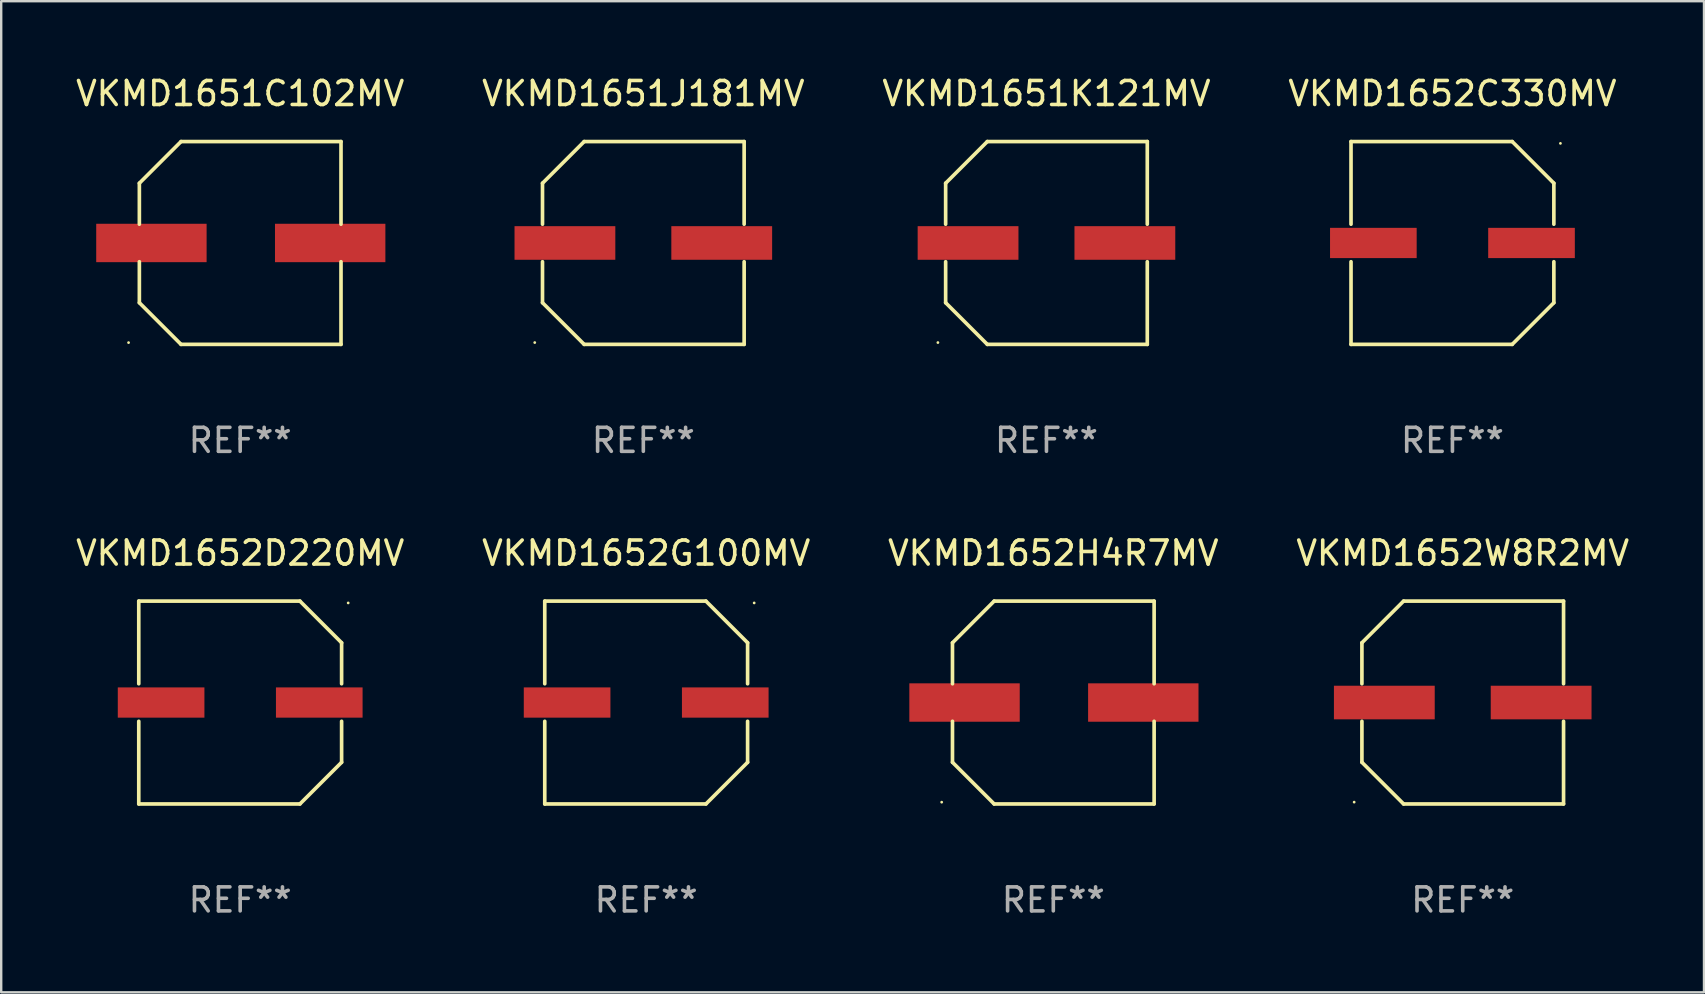
<source format=kicad_pcb>
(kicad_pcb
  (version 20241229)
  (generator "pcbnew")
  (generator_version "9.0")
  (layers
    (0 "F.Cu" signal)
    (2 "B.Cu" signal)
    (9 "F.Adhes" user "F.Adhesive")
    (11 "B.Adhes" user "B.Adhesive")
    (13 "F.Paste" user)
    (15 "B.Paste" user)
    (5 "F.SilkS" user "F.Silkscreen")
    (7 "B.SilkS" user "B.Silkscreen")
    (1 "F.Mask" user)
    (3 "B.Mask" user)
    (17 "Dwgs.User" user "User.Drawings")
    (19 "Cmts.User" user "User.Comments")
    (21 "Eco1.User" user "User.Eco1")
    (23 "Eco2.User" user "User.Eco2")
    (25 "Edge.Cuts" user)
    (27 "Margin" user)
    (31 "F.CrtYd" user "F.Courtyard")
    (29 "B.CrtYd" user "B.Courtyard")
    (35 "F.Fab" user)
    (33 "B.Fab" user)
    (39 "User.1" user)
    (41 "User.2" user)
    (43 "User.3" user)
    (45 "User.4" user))
  (footprint "VKMD1652D220MV"
    (layer "F.Cu")
    (at 6.958 26.223)
    (property "Reference" "VKMD1652D220MV" (at 0 -6.226 0) (layer "F.SilkS") (effects (font (size 1 1) (thickness 0.15))))
    (attr through_hole)
    (fp_line (start -4.226 -4.226) (end 2.49 -4.226) (stroke (width 0.152) (type solid)) (layer "F.SilkS"))
    (fp_line (start -4.226 -0.782) (end -4.226 -4.226) (stroke (width 0.152) (type solid)) (layer "F.SilkS"))
    (fp_line (start -4.226 0.782) (end -4.226 4.226) (stroke (width 0.152) (type solid)) (layer "F.SilkS"))
    (fp_line (start -4.226 4.226) (end 2.49 4.226) (stroke (width 0.152) (type solid)) (layer "F.SilkS"))
    (fp_line (start 2.49 -4.226) (end 4.226 -2.49) (stroke (width 0.152) (type solid)) (layer "F.SilkS"))
    (fp_line (start 2.49 4.226) (end 4.226 2.49) (stroke (width 0.152) (type solid)) (layer "F.SilkS"))
    (fp_line (start 4.226 -2.49) (end 4.226 -0.782) (stroke (width 0.152) (type solid)) (layer "F.SilkS"))
    (fp_line (start 4.226 2.49) (end 4.226 0.782) (stroke (width 0.152) (type solid)) (layer "F.SilkS"))
    (fp_circle (center 4.5 -4.15) (end 4.53 -4.15) (stroke (width 0.06) (type solid)) (fill no) (layer "F.SilkS"))
    (fp_text user "REF**" (at 0 8.226 0) (layer "F.Fab") (effects (font (size 1 1) (thickness 0.15))))
    (pad "1" smd rect (at 3.295 0 180) (size 3.61 1.26) (layers "F.Cu" "F.Mask" "F.Paste"))
    (pad "2" smd rect (at -3.295 0 180) (size 3.61 1.26) (layers "F.Cu" "F.Mask" "F.Paste")))
  (footprint "VKMD1651J181MV"
    (layer "F.Cu")
    (at 23.756 7.074)
    (property "Reference" "VKMD1651J181MV" (at 0 -6.226 0) (layer "F.SilkS") (effects (font (size 1 1) (thickness 0.15))))
    (attr through_hole)
    (fp_line (start -4.201 -2.49) (end -4.201 -0.782) (stroke (width 0.152) (type solid)) (layer "F.SilkS"))
    (fp_line (start -4.201 2.49) (end -4.201 0.782) (stroke (width 0.152) (type solid)) (layer "F.SilkS"))
    (fp_line (start -2.465 -4.226) (end -4.201 -2.49) (stroke (width 0.152) (type solid)) (layer "F.SilkS"))
    (fp_line (start -2.465 4.226) (end -4.201 2.49) (stroke (width 0.152) (type solid)) (layer "F.SilkS"))
    (fp_line (start 4.201 -4.226) (end -2.465 -4.226) (stroke (width 0.152) (type solid)) (layer "F.SilkS"))
    (fp_line (start 4.201 -0.782) (end 4.201 -4.226) (stroke (width 0.152) (type solid)) (layer "F.SilkS"))
    (fp_line (start 4.201 0.782) (end 4.201 4.226) (stroke (width 0.152) (type solid)) (layer "F.SilkS"))
    (fp_line (start 4.201 4.226) (end -2.465 4.226) (stroke (width 0.152) (type solid)) (layer "F.SilkS"))
    (fp_circle (center -4.524 4.15) (end -4.494 4.15) (stroke (width 0.06) (type solid)) (fill no) (layer "F.SilkS"))
    (fp_text user "REF**" (at 0 8.226 0) (layer "F.Fab") (effects (font (size 1 1) (thickness 0.15))))
    (pad "1" smd rect (at -3.267 0) (size 4.2 1.4) (layers "F.Cu" "F.Mask" "F.Paste"))
    (pad "2" smd rect (at 3.267 0) (size 4.2 1.4) (layers "F.Cu" "F.Mask" "F.Paste")))
  (footprint "VKMD1651C102MV"
    (layer "F.Cu")
    (at 6.958 7.074)
    (property "Reference" "VKMD1651C102MV" (at 0 -6.226 0) (layer "F.SilkS") (effects (font (size 1 1) (thickness 0.15))))
    (attr through_hole)
    (fp_line (start -4.201 -2.49) (end -4.201 -0.782) (stroke (width 0.152) (type solid)) (layer "F.SilkS"))
    (fp_line (start -4.201 2.49) (end -4.201 0.782) (stroke (width 0.152) (type solid)) (layer "F.SilkS"))
    (fp_line (start -2.465 -4.226) (end -4.201 -2.49) (stroke (width 0.152) (type solid)) (layer "F.SilkS"))
    (fp_line (start -2.465 4.226) (end -4.201 2.49) (stroke (width 0.152) (type solid)) (layer "F.SilkS"))
    (fp_line (start 4.201 -4.226) (end -2.465 -4.226) (stroke (width 0.152) (type solid)) (layer "F.SilkS"))
    (fp_line (start 4.201 -0.782) (end 4.201 -4.226) (stroke (width 0.152) (type solid)) (layer "F.SilkS"))
    (fp_line (start 4.201 0.782) (end 4.201 4.226) (stroke (width 0.152) (type solid)) (layer "F.SilkS"))
    (fp_line (start 4.201 4.226) (end -2.465 4.226) (stroke (width 0.152) (type solid)) (layer "F.SilkS"))
    (fp_circle (center -4.651 4.152) (end -4.621 4.152) (stroke (width 0.06) (type solid)) (fill no) (layer "F.SilkS"))
    (fp_text user "REF**" (at 0 8.226 0) (layer "F.Fab") (effects (font (size 1 1) (thickness 0.15))))
    (pad "1" smd rect (at -3.699 0) (size 4.6 1.6) (layers "F.Cu" "F.Mask" "F.Paste"))
    (pad "2" smd rect (at 3.75 0) (size 4.6 1.6) (layers "F.Cu" "F.Mask" "F.Paste")))
  (footprint "VKMD1652H4R7MV"
    (layer "F.Cu")
    (at 40.839 26.223)
    (property "Reference" "VKMD1652H4R7MV" (at 0 -6.226 0) (layer "F.SilkS") (effects (font (size 1 1) (thickness 0.15))))
    (attr through_hole)
    (fp_line (start -4.201 -2.49) (end -4.201 -0.782) (stroke (width 0.152) (type solid)) (layer "F.SilkS"))
    (fp_line (start -4.201 2.49) (end -4.201 0.782) (stroke (width 0.152) (type solid)) (layer "F.SilkS"))
    (fp_line (start -2.465 -4.226) (end -4.201 -2.49) (stroke (width 0.152) (type solid)) (layer "F.SilkS"))
    (fp_line (start -2.465 4.226) (end -4.201 2.49) (stroke (width 0.152) (type solid)) (layer "F.SilkS"))
    (fp_line (start 4.201 -4.226) (end -2.465 -4.226) (stroke (width 0.152) (type solid)) (layer "F.SilkS"))
    (fp_line (start 4.201 -0.782) (end 4.201 -4.226) (stroke (width 0.152) (type solid)) (layer "F.SilkS"))
    (fp_line (start 4.201 0.782) (end 4.201 4.226) (stroke (width 0.152) (type solid)) (layer "F.SilkS"))
    (fp_line (start 4.201 4.226) (end -2.465 4.226) (stroke (width 0.152) (type solid)) (layer "F.SilkS"))
    (fp_circle (center -4.651 4.152) (end -4.621 4.152) (stroke (width 0.06) (type solid)) (fill no) (layer "F.SilkS"))
    (fp_text user "REF**" (at 0 8.226 0) (layer "F.Fab") (effects (font (size 1 1) (thickness 0.15))))
    (pad "1" smd rect (at -3.699 0) (size 4.6 1.6) (layers "F.Cu" "F.Mask" "F.Paste"))
    (pad "2" smd rect (at 3.75 0) (size 4.6 1.6) (layers "F.Cu" "F.Mask" "F.Paste")))
  (footprint "VKMD1651K121MV"
    (layer "F.Cu")
    (at 40.554 7.074)
    (property "Reference" "VKMD1651K121MV" (at 0 -6.226 0) (layer "F.SilkS") (effects (font (size 1 1) (thickness 0.15))))
    (attr through_hole)
    (fp_line (start -4.201 -2.49) (end -4.201 -0.782) (stroke (width 0.152) (type solid)) (layer "F.SilkS"))
    (fp_line (start -4.201 2.49) (end -4.201 0.782) (stroke (width 0.152) (type solid)) (layer "F.SilkS"))
    (fp_line (start -2.465 -4.226) (end -4.201 -2.49) (stroke (width 0.152) (type solid)) (layer "F.SilkS"))
    (fp_line (start -2.465 4.226) (end -4.201 2.49) (stroke (width 0.152) (type solid)) (layer "F.SilkS"))
    (fp_line (start 4.201 -4.226) (end -2.465 -4.226) (stroke (width 0.152) (type solid)) (layer "F.SilkS"))
    (fp_line (start 4.201 -0.782) (end 4.201 -4.226) (stroke (width 0.152) (type solid)) (layer "F.SilkS"))
    (fp_line (start 4.201 0.782) (end 4.201 4.226) (stroke (width 0.152) (type solid)) (layer "F.SilkS"))
    (fp_line (start 4.201 4.226) (end -2.465 4.226) (stroke (width 0.152) (type solid)) (layer "F.SilkS"))
    (fp_circle (center -4.524 4.15) (end -4.494 4.15) (stroke (width 0.06) (type solid)) (fill no) (layer "F.SilkS"))
    (fp_text user "REF**" (at 0 8.226 0) (layer "F.Fab") (effects (font (size 1 1) (thickness 0.15))))
    (pad "1" smd rect (at -3.267 0) (size 4.2 1.4) (layers "F.Cu" "F.Mask" "F.Paste"))
    (pad "2" smd rect (at 3.267 0) (size 4.2 1.4) (layers "F.Cu" "F.Mask" "F.Paste")))
  (footprint "VKMD1652G100MV"
    (layer "F.Cu")
    (at 23.875 26.223)
    (property "Reference" "VKMD1652G100MV" (at 0 -6.226 0) (layer "F.SilkS") (effects (font (size 1 1) (thickness 0.15))))
    (attr through_hole)
    (fp_line (start -4.226 -4.226) (end 2.49 -4.226) (stroke (width 0.152) (type solid)) (layer "F.SilkS"))
    (fp_line (start -4.226 -0.782) (end -4.226 -4.226) (stroke (width 0.152) (type solid)) (layer "F.SilkS"))
    (fp_line (start -4.226 0.782) (end -4.226 4.226) (stroke (width 0.152) (type solid)) (layer "F.SilkS"))
    (fp_line (start -4.226 4.226) (end 2.49 4.226) (stroke (width 0.152) (type solid)) (layer "F.SilkS"))
    (fp_line (start 2.49 -4.226) (end 4.226 -2.49) (stroke (width 0.152) (type solid)) (layer "F.SilkS"))
    (fp_line (start 2.49 4.226) (end 4.226 2.49) (stroke (width 0.152) (type solid)) (layer "F.SilkS"))
    (fp_line (start 4.226 -2.49) (end 4.226 -0.782) (stroke (width 0.152) (type solid)) (layer "F.SilkS"))
    (fp_line (start 4.226 2.49) (end 4.226 0.782) (stroke (width 0.152) (type solid)) (layer "F.SilkS"))
    (fp_circle (center 4.5 -4.15) (end 4.53 -4.15) (stroke (width 0.06) (type solid)) (fill no) (layer "F.SilkS"))
    (fp_text user "REF**" (at 0 8.226 0) (layer "F.Fab") (effects (font (size 1 1) (thickness 0.15))))
    (pad "1" smd rect (at 3.295 0 180) (size 3.61 1.26) (layers "F.Cu" "F.Mask" "F.Paste"))
    (pad "2" smd rect (at -3.295 0 180) (size 3.61 1.26) (layers "F.Cu" "F.Mask" "F.Paste")))
  (footprint "VKMD1652C330MV"
    (layer "F.Cu")
    (at 57.47 7.074)
    (property "Reference" "VKMD1652C330MV" (at 0 -6.226 0) (layer "F.SilkS") (effects (font (size 1 1) (thickness 0.15))))
    (attr through_hole)
    (fp_line (start -4.226 -4.226) (end 2.49 -4.226) (stroke (width 0.152) (type solid)) (layer "F.SilkS"))
    (fp_line (start -4.226 -0.782) (end -4.226 -4.226) (stroke (width 0.152) (type solid)) (layer "F.SilkS"))
    (fp_line (start -4.226 0.782) (end -4.226 4.226) (stroke (width 0.152) (type solid)) (layer "F.SilkS"))
    (fp_line (start -4.226 4.226) (end 2.49 4.226) (stroke (width 0.152) (type solid)) (layer "F.SilkS"))
    (fp_line (start 2.49 -4.226) (end 4.226 -2.49) (stroke (width 0.152) (type solid)) (layer "F.SilkS"))
    (fp_line (start 2.49 4.226) (end 4.226 2.49) (stroke (width 0.152) (type solid)) (layer "F.SilkS"))
    (fp_line (start 4.226 -2.49) (end 4.226 -0.782) (stroke (width 0.152) (type solid)) (layer "F.SilkS"))
    (fp_line (start 4.226 2.49) (end 4.226 0.782) (stroke (width 0.152) (type solid)) (layer "F.SilkS"))
    (fp_circle (center 4.5 -4.15) (end 4.53 -4.15) (stroke (width 0.06) (type solid)) (fill no) (layer "F.SilkS"))
    (fp_text user "REF**" (at 0 8.226 0) (layer "F.Fab") (effects (font (size 1 1) (thickness 0.15))))
    (pad "1" smd rect (at 3.295 0 180) (size 3.61 1.26) (layers "F.Cu" "F.Mask" "F.Paste"))
    (pad "2" smd rect (at -3.295 0 180) (size 3.61 1.26) (layers "F.Cu" "F.Mask" "F.Paste")))
  (footprint "VKMD1652W8R2MV"
    (layer "F.Cu")
    (at 57.899 26.223)
    (property "Reference" "VKMD1652W8R2MV" (at 0 -6.226 0) (layer "F.SilkS") (effects (font (size 1 1) (thickness 0.15))))
    (attr through_hole)
    (fp_line (start -4.201 -2.49) (end -4.201 -0.782) (stroke (width 0.152) (type solid)) (layer "F.SilkS"))
    (fp_line (start -4.201 2.49) (end -4.201 0.782) (stroke (width 0.152) (type solid)) (layer "F.SilkS"))
    (fp_line (start -2.465 -4.226) (end -4.201 -2.49) (stroke (width 0.152) (type solid)) (layer "F.SilkS"))
    (fp_line (start -2.465 4.226) (end -4.201 2.49) (stroke (width 0.152) (type solid)) (layer "F.SilkS"))
    (fp_line (start 4.201 -4.226) (end -2.465 -4.226) (stroke (width 0.152) (type solid)) (layer "F.SilkS"))
    (fp_line (start 4.201 -0.782) (end 4.201 -4.226) (stroke (width 0.152) (type solid)) (layer "F.SilkS"))
    (fp_line (start 4.201 0.782) (end 4.201 4.226) (stroke (width 0.152) (type solid)) (layer "F.SilkS"))
    (fp_line (start 4.201 4.226) (end -2.465 4.226) (stroke (width 0.152) (type solid)) (layer "F.SilkS"))
    (fp_circle (center -4.524 4.15) (end -4.494 4.15) (stroke (width 0.06) (type solid)) (fill no) (layer "F.SilkS"))
    (fp_text user "REF**" (at 0 8.226 0) (layer "F.Fab") (effects (font (size 1 1) (thickness 0.15))))
    (pad "1" smd rect (at -3.267 0) (size 4.2 1.4) (layers "F.Cu" "F.Mask" "F.Paste"))
    (pad "2" smd rect (at 3.267 0) (size 4.2 1.4) (layers "F.Cu" "F.Mask" "F.Paste")))
  (gr_rect
    (start -3 -3)
    (end 67.952 38.298)
    (stroke (width 0.1) (type default))
    (fill no)
    (layer "Edge.Cuts")))
</source>
